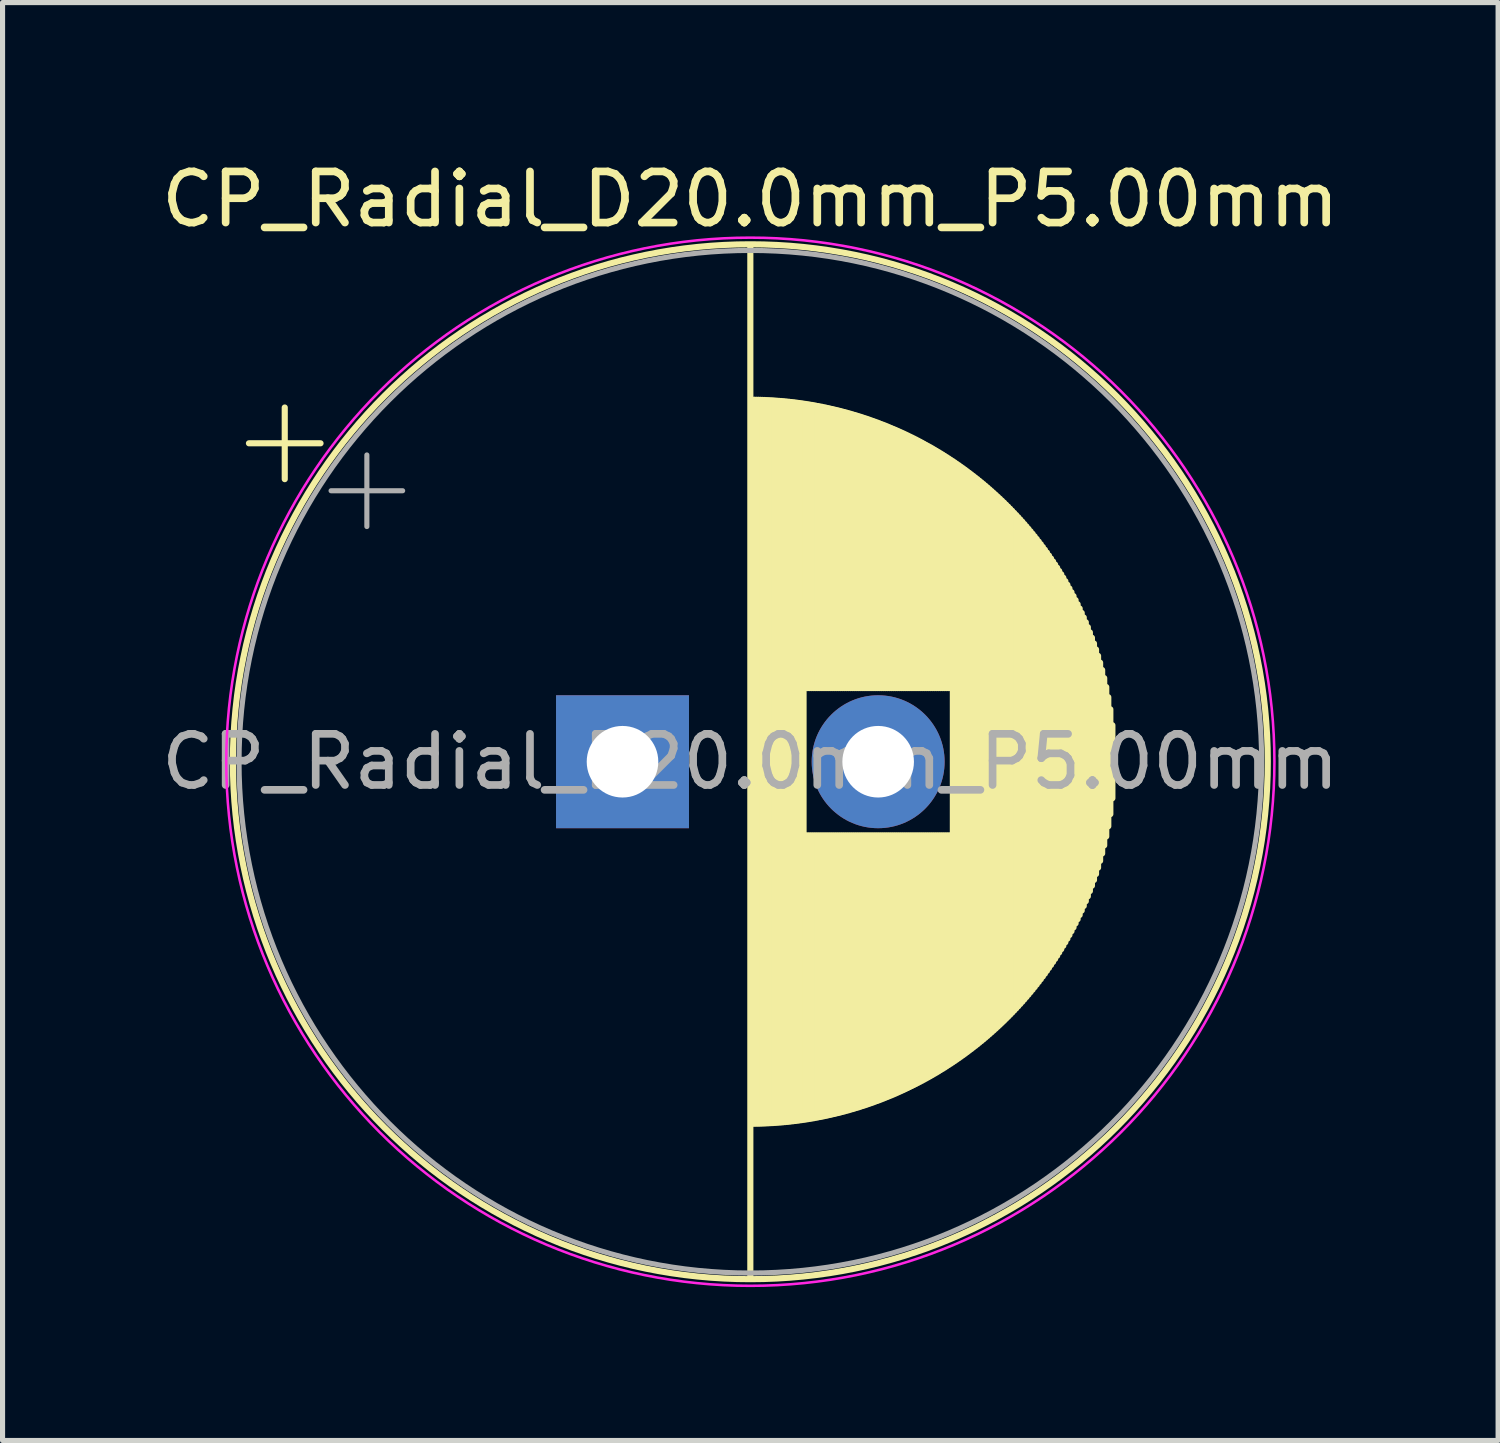
<source format=kicad_pcb>
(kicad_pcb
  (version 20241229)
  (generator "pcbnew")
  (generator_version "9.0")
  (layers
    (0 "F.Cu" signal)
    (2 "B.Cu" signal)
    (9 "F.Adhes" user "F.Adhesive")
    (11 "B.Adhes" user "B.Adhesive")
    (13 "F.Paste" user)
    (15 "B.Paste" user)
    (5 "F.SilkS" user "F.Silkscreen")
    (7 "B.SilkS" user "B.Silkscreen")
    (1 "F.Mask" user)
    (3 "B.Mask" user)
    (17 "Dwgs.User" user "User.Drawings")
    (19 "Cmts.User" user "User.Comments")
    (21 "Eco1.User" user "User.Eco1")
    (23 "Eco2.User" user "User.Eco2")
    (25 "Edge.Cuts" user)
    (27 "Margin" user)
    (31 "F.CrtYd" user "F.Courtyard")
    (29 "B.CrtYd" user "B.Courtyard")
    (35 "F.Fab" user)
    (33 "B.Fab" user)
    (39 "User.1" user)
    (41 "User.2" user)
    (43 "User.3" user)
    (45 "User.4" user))
  (footprint "CP_Radial_D20.0mm_P5.00mm"
    (layer "F.Cu")
    (at 9.125 11.848)
    (property "Reference" "CP_Radial_D20.0mm_P5.00mm" (at 2.5 -11 0) (layer "F.SilkS") (effects (font (size 1 1) (thickness 0.15))))
    (attr through_hole)
    (fp_line (start -7.306 -6.228) (end -5.906 -6.228) (stroke (width 0.12) (type solid)) (layer "F.SilkS"))
    (fp_line (start -6.606 -6.928) (end -6.606 -5.527) (stroke (width 0.12) (type solid)) (layer "F.SilkS"))
    (fp_line (start 2.5 -10.08) (end 2.5 10.08) (stroke (width 0.12) (type solid)) (layer "F.SilkS"))
    (fp_line (start 2.54 -7.08) (end 2.54 7.08) (stroke (width 0.12) (type solid)) (layer "F.SilkS"))
    (fp_line (start 2.58 -7.08) (end 2.58 7.08) (stroke (width 0.12) (type solid)) (layer "F.SilkS"))
    (fp_line (start 2.62 -7.079) (end 2.62 7.079) (stroke (width 0.12) (type solid)) (layer "F.SilkS"))
    (fp_line (start 2.66 -7.079) (end 2.66 7.079) (stroke (width 0.12) (type solid)) (layer "F.SilkS"))
    (fp_line (start 2.7 -7.078) (end 2.7 7.078) (stroke (width 0.12) (type solid)) (layer "F.SilkS"))
    (fp_line (start 2.74 -7.076) (end 2.74 7.076) (stroke (width 0.12) (type solid)) (layer "F.SilkS"))
    (fp_line (start 2.78 -7.075) (end 2.78 7.075) (stroke (width 0.12) (type solid)) (layer "F.SilkS"))
    (fp_line (start 2.82 -7.073) (end 2.82 7.073) (stroke (width 0.12) (type solid)) (layer "F.SilkS"))
    (fp_line (start 2.86 -7.071) (end 2.86 7.071) (stroke (width 0.12) (type solid)) (layer "F.SilkS"))
    (fp_line (start 2.9 -7.069) (end 2.9 7.069) (stroke (width 0.12) (type solid)) (layer "F.SilkS"))
    (fp_line (start 2.94 -7.067) (end 2.94 7.067) (stroke (width 0.12) (type solid)) (layer "F.SilkS"))
    (fp_line (start 2.98 -7.064) (end 2.98 7.064) (stroke (width 0.12) (type solid)) (layer "F.SilkS"))
    (fp_line (start 3.02 -7.061) (end 3.02 7.061) (stroke (width 0.12) (type solid)) (layer "F.SilkS"))
    (fp_line (start 3.06 -7.058) (end 3.06 7.058) (stroke (width 0.12) (type solid)) (layer "F.SilkS"))
    (fp_line (start 3.1 -7.055) (end 3.1 7.055) (stroke (width 0.12) (type solid)) (layer "F.SilkS"))
    (fp_line (start 3.14 -7.052) (end 3.14 7.052) (stroke (width 0.12) (type solid)) (layer "F.SilkS"))
    (fp_line (start 3.18 -7.048) (end 3.18 7.048) (stroke (width 0.12) (type solid)) (layer "F.SilkS"))
    (fp_line (start 3.221 -7.044) (end 3.221 7.044) (stroke (width 0.12) (type solid)) (layer "F.SilkS"))
    (fp_line (start 3.261 -7.04) (end 3.261 7.04) (stroke (width 0.12) (type solid)) (layer "F.SilkS"))
    (fp_line (start 3.301 -7.035) (end 3.301 7.035) (stroke (width 0.12) (type solid)) (layer "F.SilkS"))
    (fp_line (start 3.341 -7.031) (end 3.341 7.031) (stroke (width 0.12) (type solid)) (layer "F.SilkS"))
    (fp_line (start 3.381 -7.026) (end 3.381 7.026) (stroke (width 0.12) (type solid)) (layer "F.SilkS"))
    (fp_line (start 3.421 -7.021) (end 3.421 7.021) (stroke (width 0.12) (type solid)) (layer "F.SilkS"))
    (fp_line (start 3.461 -7.015) (end 3.461 7.015) (stroke (width 0.12) (type solid)) (layer "F.SilkS"))
    (fp_line (start 3.501 -7.01) (end 3.501 7.01) (stroke (width 0.12) (type solid)) (layer "F.SilkS"))
    (fp_line (start 3.541 -7.004) (end 3.541 7.004) (stroke (width 0.12) (type solid)) (layer "F.SilkS"))
    (fp_line (start 3.581 -6.998) (end 3.581 -1.44) (stroke (width 0.12) (type solid)) (layer "F.SilkS"))
    (fp_line (start 3.581 1.44) (end 3.581 6.998) (stroke (width 0.12) (type solid)) (layer "F.SilkS"))
    (fp_line (start 3.621 -6.992) (end 3.621 -1.44) (stroke (width 0.12) (type solid)) (layer "F.SilkS"))
    (fp_line (start 3.621 1.44) (end 3.621 6.992) (stroke (width 0.12) (type solid)) (layer "F.SilkS"))
    (fp_line (start 3.661 -6.985) (end 3.661 -1.44) (stroke (width 0.12) (type solid)) (layer "F.SilkS"))
    (fp_line (start 3.661 1.44) (end 3.661 6.985) (stroke (width 0.12) (type solid)) (layer "F.SilkS"))
    (fp_line (start 3.701 -6.979) (end 3.701 -1.44) (stroke (width 0.12) (type solid)) (layer "F.SilkS"))
    (fp_line (start 3.701 1.44) (end 3.701 6.979) (stroke (width 0.12) (type solid)) (layer "F.SilkS"))
    (fp_line (start 3.741 -6.972) (end 3.741 -1.44) (stroke (width 0.12) (type solid)) (layer "F.SilkS"))
    (fp_line (start 3.741 1.44) (end 3.741 6.972) (stroke (width 0.12) (type solid)) (layer "F.SilkS"))
    (fp_line (start 3.781 -6.964) (end 3.781 -1.44) (stroke (width 0.12) (type solid)) (layer "F.SilkS"))
    (fp_line (start 3.781 1.44) (end 3.781 6.964) (stroke (width 0.12) (type solid)) (layer "F.SilkS"))
    (fp_line (start 3.821 -6.957) (end 3.821 -1.44) (stroke (width 0.12) (type solid)) (layer "F.SilkS"))
    (fp_line (start 3.821 1.44) (end 3.821 6.957) (stroke (width 0.12) (type solid)) (layer "F.SilkS"))
    (fp_line (start 3.861 -6.949) (end 3.861 -1.44) (stroke (width 0.12) (type solid)) (layer "F.SilkS"))
    (fp_line (start 3.861 1.44) (end 3.861 6.949) (stroke (width 0.12) (type solid)) (layer "F.SilkS"))
    (fp_line (start 3.901 -6.942) (end 3.901 -1.44) (stroke (width 0.12) (type solid)) (layer "F.SilkS"))
    (fp_line (start 3.901 1.44) (end 3.901 6.942) (stroke (width 0.12) (type solid)) (layer "F.SilkS"))
    (fp_line (start 3.941 -6.933) (end 3.941 -1.44) (stroke (width 0.12) (type solid)) (layer "F.SilkS"))
    (fp_line (start 3.941 1.44) (end 3.941 6.933) (stroke (width 0.12) (type solid)) (layer "F.SilkS"))
    (fp_line (start 3.981 -6.925) (end 3.981 -1.44) (stroke (width 0.12) (type solid)) (layer "F.SilkS"))
    (fp_line (start 3.981 1.44) (end 3.981 6.925) (stroke (width 0.12) (type solid)) (layer "F.SilkS"))
    (fp_line (start 4.021 -6.916) (end 4.021 -1.44) (stroke (width 0.12) (type solid)) (layer "F.SilkS"))
    (fp_line (start 4.021 1.44) (end 4.021 6.916) (stroke (width 0.12) (type solid)) (layer "F.SilkS"))
    (fp_line (start 4.061 -6.907) (end 4.061 -1.44) (stroke (width 0.12) (type solid)) (layer "F.SilkS"))
    (fp_line (start 4.061 1.44) (end 4.061 6.907) (stroke (width 0.12) (type solid)) (layer "F.SilkS"))
    (fp_line (start 4.101 -6.898) (end 4.101 -1.44) (stroke (width 0.12) (type solid)) (layer "F.SilkS"))
    (fp_line (start 4.101 1.44) (end 4.101 6.898) (stroke (width 0.12) (type solid)) (layer "F.SilkS"))
    (fp_line (start 4.141 -6.889) (end 4.141 -1.44) (stroke (width 0.12) (type solid)) (layer "F.SilkS"))
    (fp_line (start 4.141 1.44) (end 4.141 6.889) (stroke (width 0.12) (type solid)) (layer "F.SilkS"))
    (fp_line (start 4.181 -6.879) (end 4.181 -1.44) (stroke (width 0.12) (type solid)) (layer "F.SilkS"))
    (fp_line (start 4.181 1.44) (end 4.181 6.879) (stroke (width 0.12) (type solid)) (layer "F.SilkS"))
    (fp_line (start 4.221 -6.87) (end 4.221 -1.44) (stroke (width 0.12) (type solid)) (layer "F.SilkS"))
    (fp_line (start 4.221 1.44) (end 4.221 6.87) (stroke (width 0.12) (type solid)) (layer "F.SilkS"))
    (fp_line (start 4.261 -6.86) (end 4.261 -1.44) (stroke (width 0.12) (type solid)) (layer "F.SilkS"))
    (fp_line (start 4.261 1.44) (end 4.261 6.86) (stroke (width 0.12) (type solid)) (layer "F.SilkS"))
    (fp_line (start 4.301 -6.849) (end 4.301 -1.44) (stroke (width 0.12) (type solid)) (layer "F.SilkS"))
    (fp_line (start 4.301 1.44) (end 4.301 6.849) (stroke (width 0.12) (type solid)) (layer "F.SilkS"))
    (fp_line (start 4.341 -6.839) (end 4.341 -1.44) (stroke (width 0.12) (type solid)) (layer "F.SilkS"))
    (fp_line (start 4.341 1.44) (end 4.341 6.839) (stroke (width 0.12) (type solid)) (layer "F.SilkS"))
    (fp_line (start 4.381 -6.828) (end 4.381 -1.44) (stroke (width 0.12) (type solid)) (layer "F.SilkS"))
    (fp_line (start 4.381 1.44) (end 4.381 6.828) (stroke (width 0.12) (type solid)) (layer "F.SilkS"))
    (fp_line (start 4.421 -6.817) (end 4.421 -1.44) (stroke (width 0.12) (type solid)) (layer "F.SilkS"))
    (fp_line (start 4.421 1.44) (end 4.421 6.817) (stroke (width 0.12) (type solid)) (layer "F.SilkS"))
    (fp_line (start 4.461 -6.805) (end 4.461 -1.44) (stroke (width 0.12) (type solid)) (layer "F.SilkS"))
    (fp_line (start 4.461 1.44) (end 4.461 6.805) (stroke (width 0.12) (type solid)) (layer "F.SilkS"))
    (fp_line (start 4.501 -6.794) (end 4.501 -1.44) (stroke (width 0.12) (type solid)) (layer "F.SilkS"))
    (fp_line (start 4.501 1.44) (end 4.501 6.794) (stroke (width 0.12) (type solid)) (layer "F.SilkS"))
    (fp_line (start 4.541 -6.782) (end 4.541 -1.44) (stroke (width 0.12) (type solid)) (layer "F.SilkS"))
    (fp_line (start 4.541 1.44) (end 4.541 6.782) (stroke (width 0.12) (type solid)) (layer "F.SilkS"))
    (fp_line (start 4.581 -6.77) (end 4.581 -1.44) (stroke (width 0.12) (type solid)) (layer "F.SilkS"))
    (fp_line (start 4.581 1.44) (end 4.581 6.77) (stroke (width 0.12) (type solid)) (layer "F.SilkS"))
    (fp_line (start 4.621 -6.758) (end 4.621 -1.44) (stroke (width 0.12) (type solid)) (layer "F.SilkS"))
    (fp_line (start 4.621 1.44) (end 4.621 6.758) (stroke (width 0.12) (type solid)) (layer "F.SilkS"))
    (fp_line (start 4.661 -6.745) (end 4.661 -1.44) (stroke (width 0.12) (type solid)) (layer "F.SilkS"))
    (fp_line (start 4.661 1.44) (end 4.661 6.745) (stroke (width 0.12) (type solid)) (layer "F.SilkS"))
    (fp_line (start 4.701 -6.732) (end 4.701 -1.44) (stroke (width 0.12) (type solid)) (layer "F.SilkS"))
    (fp_line (start 4.701 1.44) (end 4.701 6.732) (stroke (width 0.12) (type solid)) (layer "F.SilkS"))
    (fp_line (start 4.741 -6.719) (end 4.741 -1.44) (stroke (width 0.12) (type solid)) (layer "F.SilkS"))
    (fp_line (start 4.741 1.44) (end 4.741 6.719) (stroke (width 0.12) (type solid)) (layer "F.SilkS"))
    (fp_line (start 4.781 -6.706) (end 4.781 -1.44) (stroke (width 0.12) (type solid)) (layer "F.SilkS"))
    (fp_line (start 4.781 1.44) (end 4.781 6.706) (stroke (width 0.12) (type solid)) (layer "F.SilkS"))
    (fp_line (start 4.821 -6.692) (end 4.821 -1.44) (stroke (width 0.12) (type solid)) (layer "F.SilkS"))
    (fp_line (start 4.821 1.44) (end 4.821 6.692) (stroke (width 0.12) (type solid)) (layer "F.SilkS"))
    (fp_line (start 4.861 -6.678) (end 4.861 -1.44) (stroke (width 0.12) (type solid)) (layer "F.SilkS"))
    (fp_line (start 4.861 1.44) (end 4.861 6.678) (stroke (width 0.12) (type solid)) (layer "F.SilkS"))
    (fp_line (start 4.901 -6.664) (end 4.901 -1.44) (stroke (width 0.12) (type solid)) (layer "F.SilkS"))
    (fp_line (start 4.901 1.44) (end 4.901 6.664) (stroke (width 0.12) (type solid)) (layer "F.SilkS"))
    (fp_line (start 4.941 -6.649) (end 4.941 -1.44) (stroke (width 0.12) (type solid)) (layer "F.SilkS"))
    (fp_line (start 4.941 1.44) (end 4.941 6.649) (stroke (width 0.12) (type solid)) (layer "F.SilkS"))
    (fp_line (start 4.981 -6.635) (end 4.981 -1.44) (stroke (width 0.12) (type solid)) (layer "F.SilkS"))
    (fp_line (start 4.981 1.44) (end 4.981 6.635) (stroke (width 0.12) (type solid)) (layer "F.SilkS"))
    (fp_line (start 5.021 -6.62) (end 5.021 -1.44) (stroke (width 0.12) (type solid)) (layer "F.SilkS"))
    (fp_line (start 5.021 1.44) (end 5.021 6.62) (stroke (width 0.12) (type solid)) (layer "F.SilkS"))
    (fp_line (start 5.061 -6.604) (end 5.061 -1.44) (stroke (width 0.12) (type solid)) (layer "F.SilkS"))
    (fp_line (start 5.061 1.44) (end 5.061 6.604) (stroke (width 0.12) (type solid)) (layer "F.SilkS"))
    (fp_line (start 5.101 -6.589) (end 5.101 -1.44) (stroke (width 0.12) (type solid)) (layer "F.SilkS"))
    (fp_line (start 5.101 1.44) (end 5.101 6.589) (stroke (width 0.12) (type solid)) (layer "F.SilkS"))
    (fp_line (start 5.141 -6.573) (end 5.141 -1.44) (stroke (width 0.12) (type solid)) (layer "F.SilkS"))
    (fp_line (start 5.141 1.44) (end 5.141 6.573) (stroke (width 0.12) (type solid)) (layer "F.SilkS"))
    (fp_line (start 5.181 -6.557) (end 5.181 -1.44) (stroke (width 0.12) (type solid)) (layer "F.SilkS"))
    (fp_line (start 5.181 1.44) (end 5.181 6.557) (stroke (width 0.12) (type solid)) (layer "F.SilkS"))
    (fp_line (start 5.221 -6.54) (end 5.221 -1.44) (stroke (width 0.12) (type solid)) (layer "F.SilkS"))
    (fp_line (start 5.221 1.44) (end 5.221 6.54) (stroke (width 0.12) (type solid)) (layer "F.SilkS"))
    (fp_line (start 5.261 -6.524) (end 5.261 -1.44) (stroke (width 0.12) (type solid)) (layer "F.SilkS"))
    (fp_line (start 5.261 1.44) (end 5.261 6.524) (stroke (width 0.12) (type solid)) (layer "F.SilkS"))
    (fp_line (start 5.301 -6.507) (end 5.301 -1.44) (stroke (width 0.12) (type solid)) (layer "F.SilkS"))
    (fp_line (start 5.301 1.44) (end 5.301 6.507) (stroke (width 0.12) (type solid)) (layer "F.SilkS"))
    (fp_line (start 5.341 -6.49) (end 5.341 -1.44) (stroke (width 0.12) (type solid)) (layer "F.SilkS"))
    (fp_line (start 5.341 1.44) (end 5.341 6.49) (stroke (width 0.12) (type solid)) (layer "F.SilkS"))
    (fp_line (start 5.381 -6.472) (end 5.381 -1.44) (stroke (width 0.12) (type solid)) (layer "F.SilkS"))
    (fp_line (start 5.381 1.44) (end 5.381 6.472) (stroke (width 0.12) (type solid)) (layer "F.SilkS"))
    (fp_line (start 5.421 -6.454) (end 5.421 -1.44) (stroke (width 0.12) (type solid)) (layer "F.SilkS"))
    (fp_line (start 5.421 1.44) (end 5.421 6.454) (stroke (width 0.12) (type solid)) (layer "F.SilkS"))
    (fp_line (start 5.461 -6.436) (end 5.461 -1.44) (stroke (width 0.12) (type solid)) (layer "F.SilkS"))
    (fp_line (start 5.461 1.44) (end 5.461 6.436) (stroke (width 0.12) (type solid)) (layer "F.SilkS"))
    (fp_line (start 5.501 -6.418) (end 5.501 -1.44) (stroke (width 0.12) (type solid)) (layer "F.SilkS"))
    (fp_line (start 5.501 1.44) (end 5.501 6.418) (stroke (width 0.12) (type solid)) (layer "F.SilkS"))
    (fp_line (start 5.541 -6.399) (end 5.541 -1.44) (stroke (width 0.12) (type solid)) (layer "F.SilkS"))
    (fp_line (start 5.541 1.44) (end 5.541 6.399) (stroke (width 0.12) (type solid)) (layer "F.SilkS"))
    (fp_line (start 5.581 -6.38) (end 5.581 -1.44) (stroke (width 0.12) (type solid)) (layer "F.SilkS"))
    (fp_line (start 5.581 1.44) (end 5.581 6.38) (stroke (width 0.12) (type solid)) (layer "F.SilkS"))
    (fp_line (start 5.621 -6.36) (end 5.621 -1.44) (stroke (width 0.12) (type solid)) (layer "F.SilkS"))
    (fp_line (start 5.621 1.44) (end 5.621 6.36) (stroke (width 0.12) (type solid)) (layer "F.SilkS"))
    (fp_line (start 5.661 -6.341) (end 5.661 -1.44) (stroke (width 0.12) (type solid)) (layer "F.SilkS"))
    (fp_line (start 5.661 1.44) (end 5.661 6.341) (stroke (width 0.12) (type solid)) (layer "F.SilkS"))
    (fp_line (start 5.701 -6.321) (end 5.701 -1.44) (stroke (width 0.12) (type solid)) (layer "F.SilkS"))
    (fp_line (start 5.701 1.44) (end 5.701 6.321) (stroke (width 0.12) (type solid)) (layer "F.SilkS"))
    (fp_line (start 5.741 -6.301) (end 5.741 -1.44) (stroke (width 0.12) (type solid)) (layer "F.SilkS"))
    (fp_line (start 5.741 1.44) (end 5.741 6.301) (stroke (width 0.12) (type solid)) (layer "F.SilkS"))
    (fp_line (start 5.781 -6.28) (end 5.781 -1.44) (stroke (width 0.12) (type solid)) (layer "F.SilkS"))
    (fp_line (start 5.781 1.44) (end 5.781 6.28) (stroke (width 0.12) (type solid)) (layer "F.SilkS"))
    (fp_line (start 5.821 -6.259) (end 5.821 -1.44) (stroke (width 0.12) (type solid)) (layer "F.SilkS"))
    (fp_line (start 5.821 1.44) (end 5.821 6.259) (stroke (width 0.12) (type solid)) (layer "F.SilkS"))
    (fp_line (start 5.861 -6.238) (end 5.861 -1.44) (stroke (width 0.12) (type solid)) (layer "F.SilkS"))
    (fp_line (start 5.861 1.44) (end 5.861 6.238) (stroke (width 0.12) (type solid)) (layer "F.SilkS"))
    (fp_line (start 5.901 -6.216) (end 5.901 -1.44) (stroke (width 0.12) (type solid)) (layer "F.SilkS"))
    (fp_line (start 5.901 1.44) (end 5.901 6.216) (stroke (width 0.12) (type solid)) (layer "F.SilkS"))
    (fp_line (start 5.941 -6.194) (end 5.941 -1.44) (stroke (width 0.12) (type solid)) (layer "F.SilkS"))
    (fp_line (start 5.941 1.44) (end 5.941 6.194) (stroke (width 0.12) (type solid)) (layer "F.SilkS"))
    (fp_line (start 5.981 -6.172) (end 5.981 -1.44) (stroke (width 0.12) (type solid)) (layer "F.SilkS"))
    (fp_line (start 5.981 1.44) (end 5.981 6.172) (stroke (width 0.12) (type solid)) (layer "F.SilkS"))
    (fp_line (start 6.021 -6.15) (end 6.021 -1.44) (stroke (width 0.12) (type solid)) (layer "F.SilkS"))
    (fp_line (start 6.021 1.44) (end 6.021 6.15) (stroke (width 0.12) (type solid)) (layer "F.SilkS"))
    (fp_line (start 6.061 -6.127) (end 6.061 -1.44) (stroke (width 0.12) (type solid)) (layer "F.SilkS"))
    (fp_line (start 6.061 1.44) (end 6.061 6.127) (stroke (width 0.12) (type solid)) (layer "F.SilkS"))
    (fp_line (start 6.101 -6.103) (end 6.101 -1.44) (stroke (width 0.12) (type solid)) (layer "F.SilkS"))
    (fp_line (start 6.101 1.44) (end 6.101 6.103) (stroke (width 0.12) (type solid)) (layer "F.SilkS"))
    (fp_line (start 6.141 -6.08) (end 6.141 -1.44) (stroke (width 0.12) (type solid)) (layer "F.SilkS"))
    (fp_line (start 6.141 1.44) (end 6.141 6.08) (stroke (width 0.12) (type solid)) (layer "F.SilkS"))
    (fp_line (start 6.181 -6.056) (end 6.181 -1.44) (stroke (width 0.12) (type solid)) (layer "F.SilkS"))
    (fp_line (start 6.181 1.44) (end 6.181 6.056) (stroke (width 0.12) (type solid)) (layer "F.SilkS"))
    (fp_line (start 6.221 -6.031) (end 6.221 -1.44) (stroke (width 0.12) (type solid)) (layer "F.SilkS"))
    (fp_line (start 6.221 1.44) (end 6.221 6.031) (stroke (width 0.12) (type solid)) (layer "F.SilkS"))
    (fp_line (start 6.261 -6.007) (end 6.261 -1.44) (stroke (width 0.12) (type solid)) (layer "F.SilkS"))
    (fp_line (start 6.261 1.44) (end 6.261 6.007) (stroke (width 0.12) (type solid)) (layer "F.SilkS"))
    (fp_line (start 6.301 -5.982) (end 6.301 -1.44) (stroke (width 0.12) (type solid)) (layer "F.SilkS"))
    (fp_line (start 6.301 1.44) (end 6.301 5.982) (stroke (width 0.12) (type solid)) (layer "F.SilkS"))
    (fp_line (start 6.341 -5.956) (end 6.341 -1.44) (stroke (width 0.12) (type solid)) (layer "F.SilkS"))
    (fp_line (start 6.341 1.44) (end 6.341 5.956) (stroke (width 0.12) (type solid)) (layer "F.SilkS"))
    (fp_line (start 6.381 -5.93) (end 6.381 -1.44) (stroke (width 0.12) (type solid)) (layer "F.SilkS"))
    (fp_line (start 6.381 1.44) (end 6.381 5.93) (stroke (width 0.12) (type solid)) (layer "F.SilkS"))
    (fp_line (start 6.421 -5.904) (end 6.421 -1.44) (stroke (width 0.12) (type solid)) (layer "F.SilkS"))
    (fp_line (start 6.421 1.44) (end 6.421 5.904) (stroke (width 0.12) (type solid)) (layer "F.SilkS"))
    (fp_line (start 6.461 -5.878) (end 6.461 5.878) (stroke (width 0.12) (type solid)) (layer "F.SilkS"))
    (fp_line (start 6.501 -5.851) (end 6.501 5.851) (stroke (width 0.12) (type solid)) (layer "F.SilkS"))
    (fp_line (start 6.541 -5.823) (end 6.541 5.823) (stroke (width 0.12) (type solid)) (layer "F.SilkS"))
    (fp_line (start 6.581 -5.796) (end 6.581 5.796) (stroke (width 0.12) (type solid)) (layer "F.SilkS"))
    (fp_line (start 6.621 -5.767) (end 6.621 5.767) (stroke (width 0.12) (type solid)) (layer "F.SilkS"))
    (fp_line (start 6.661 -5.739) (end 6.661 5.739) (stroke (width 0.12) (type solid)) (layer "F.SilkS"))
    (fp_line (start 6.701 -5.71) (end 6.701 5.71) (stroke (width 0.12) (type solid)) (layer "F.SilkS"))
    (fp_line (start 6.741 -5.68) (end 6.741 5.68) (stroke (width 0.12) (type solid)) (layer "F.SilkS"))
    (fp_line (start 6.781 -5.65) (end 6.781 5.65) (stroke (width 0.12) (type solid)) (layer "F.SilkS"))
    (fp_line (start 6.821 -5.62) (end 6.821 5.62) (stroke (width 0.12) (type solid)) (layer "F.SilkS"))
    (fp_line (start 6.861 -5.589) (end 6.861 5.589) (stroke (width 0.12) (type solid)) (layer "F.SilkS"))
    (fp_line (start 6.901 -5.558) (end 6.901 5.558) (stroke (width 0.12) (type solid)) (layer "F.SilkS"))
    (fp_line (start 6.941 -5.527) (end 6.941 5.527) (stroke (width 0.12) (type solid)) (layer "F.SilkS"))
    (fp_line (start 6.981 -5.494) (end 6.981 5.494) (stroke (width 0.12) (type solid)) (layer "F.SilkS"))
    (fp_line (start 7.021 -5.462) (end 7.021 5.462) (stroke (width 0.12) (type solid)) (layer "F.SilkS"))
    (fp_line (start 7.061 -5.429) (end 7.061 5.429) (stroke (width 0.12) (type solid)) (layer "F.SilkS"))
    (fp_line (start 7.101 -5.395) (end 7.101 5.395) (stroke (width 0.12) (type solid)) (layer "F.SilkS"))
    (fp_line (start 7.141 -5.361) (end 7.141 5.361) (stroke (width 0.12) (type solid)) (layer "F.SilkS"))
    (fp_line (start 7.181 -5.326) (end 7.181 5.326) (stroke (width 0.12) (type solid)) (layer "F.SilkS"))
    (fp_line (start 7.221 -5.291) (end 7.221 5.291) (stroke (width 0.12) (type solid)) (layer "F.SilkS"))
    (fp_line (start 7.261 -5.255) (end 7.261 5.255) (stroke (width 0.12) (type solid)) (layer "F.SilkS"))
    (fp_line (start 7.301 -5.219) (end 7.301 5.219) (stroke (width 0.12) (type solid)) (layer "F.SilkS"))
    (fp_line (start 7.341 -5.182) (end 7.341 5.182) (stroke (width 0.12) (type solid)) (layer "F.SilkS"))
    (fp_line (start 7.381 -5.145) (end 7.381 5.145) (stroke (width 0.12) (type solid)) (layer "F.SilkS"))
    (fp_line (start 7.421 -5.107) (end 7.421 5.107) (stroke (width 0.12) (type solid)) (layer "F.SilkS"))
    (fp_line (start 7.461 -5.069) (end 7.461 5.069) (stroke (width 0.12) (type solid)) (layer "F.SilkS"))
    (fp_line (start 7.501 -5.029) (end 7.501 5.029) (stroke (width 0.12) (type solid)) (layer "F.SilkS"))
    (fp_line (start 7.541 -4.99) (end 7.541 4.99) (stroke (width 0.12) (type solid)) (layer "F.SilkS"))
    (fp_line (start 7.581 -4.949) (end 7.581 4.949) (stroke (width 0.12) (type solid)) (layer "F.SilkS"))
    (fp_line (start 7.621 -4.908) (end 7.621 4.908) (stroke (width 0.12) (type solid)) (layer "F.SilkS"))
    (fp_line (start 7.661 -4.866) (end 7.661 4.866) (stroke (width 0.12) (type solid)) (layer "F.SilkS"))
    (fp_line (start 7.701 -4.824) (end 7.701 4.824) (stroke (width 0.12) (type solid)) (layer "F.SilkS"))
    (fp_line (start 7.741 -4.781) (end 7.741 4.781) (stroke (width 0.12) (type solid)) (layer "F.SilkS"))
    (fp_line (start 7.781 -4.737) (end 7.781 4.737) (stroke (width 0.12) (type solid)) (layer "F.SilkS"))
    (fp_line (start 7.821 -4.693) (end 7.821 4.693) (stroke (width 0.12) (type solid)) (layer "F.SilkS"))
    (fp_line (start 7.861 -4.647) (end 7.861 4.647) (stroke (width 0.12) (type solid)) (layer "F.SilkS"))
    (fp_line (start 7.901 -4.601) (end 7.901 4.601) (stroke (width 0.12) (type solid)) (layer "F.SilkS"))
    (fp_line (start 7.941 -4.554) (end 7.941 4.554) (stroke (width 0.12) (type solid)) (layer "F.SilkS"))
    (fp_line (start 7.981 -4.506) (end 7.981 4.506) (stroke (width 0.12) (type solid)) (layer "F.SilkS"))
    (fp_line (start 8.021 -4.458) (end 8.021 4.458) (stroke (width 0.12) (type solid)) (layer "F.SilkS"))
    (fp_line (start 8.061 -4.408) (end 8.061 4.408) (stroke (width 0.12) (type solid)) (layer "F.SilkS"))
    (fp_line (start 8.101 -4.358) (end 8.101 4.358) (stroke (width 0.12) (type solid)) (layer "F.SilkS"))
    (fp_line (start 8.141 -4.306) (end 8.141 4.306) (stroke (width 0.12) (type solid)) (layer "F.SilkS"))
    (fp_line (start 8.181 -4.254) (end 8.181 4.254) (stroke (width 0.12) (type solid)) (layer "F.SilkS"))
    (fp_line (start 8.221 -4.2) (end 8.221 4.2) (stroke (width 0.12) (type solid)) (layer "F.SilkS"))
    (fp_line (start 8.261 -4.146) (end 8.261 4.146) (stroke (width 0.12) (type solid)) (layer "F.SilkS"))
    (fp_line (start 8.301 -4.09) (end 8.301 4.09) (stroke (width 0.12) (type solid)) (layer "F.SilkS"))
    (fp_line (start 8.341 -4.033) (end 8.341 4.033) (stroke (width 0.12) (type solid)) (layer "F.SilkS"))
    (fp_line (start 8.381 -3.975) (end 8.381 3.975) (stroke (width 0.12) (type solid)) (layer "F.SilkS"))
    (fp_line (start 8.421 -3.916) (end 8.421 3.916) (stroke (width 0.12) (type solid)) (layer "F.SilkS"))
    (fp_line (start 8.461 -3.856) (end 8.461 3.856) (stroke (width 0.12) (type solid)) (layer "F.SilkS"))
    (fp_line (start 8.501 -3.794) (end 8.501 3.794) (stroke (width 0.12) (type solid)) (layer "F.SilkS"))
    (fp_line (start 8.541 -3.73) (end 8.541 3.73) (stroke (width 0.12) (type solid)) (layer "F.SilkS"))
    (fp_line (start 8.581 -3.666) (end 8.581 3.666) (stroke (width 0.12) (type solid)) (layer "F.SilkS"))
    (fp_line (start 8.621 -3.599) (end 8.621 3.599) (stroke (width 0.12) (type solid)) (layer "F.SilkS"))
    (fp_line (start 8.661 -3.531) (end 8.661 3.531) (stroke (width 0.12) (type solid)) (layer "F.SilkS"))
    (fp_line (start 8.701 -3.461) (end 8.701 3.461) (stroke (width 0.12) (type solid)) (layer "F.SilkS"))
    (fp_line (start 8.741 -3.389) (end 8.741 3.389) (stroke (width 0.12) (type solid)) (layer "F.SilkS"))
    (fp_line (start 8.781 -3.315) (end 8.781 3.315) (stroke (width 0.12) (type solid)) (layer "F.SilkS"))
    (fp_line (start 8.821 -3.24) (end 8.821 3.24) (stroke (width 0.12) (type solid)) (layer "F.SilkS"))
    (fp_line (start 8.861 -3.161) (end 8.861 3.161) (stroke (width 0.12) (type solid)) (layer "F.SilkS"))
    (fp_line (start 8.901 -3.08) (end 8.901 3.08) (stroke (width 0.12) (type solid)) (layer "F.SilkS"))
    (fp_line (start 8.941 -2.997) (end 8.941 2.997) (stroke (width 0.12) (type solid)) (layer "F.SilkS"))
    (fp_line (start 8.981 -2.911) (end 8.981 2.911) (stroke (width 0.12) (type solid)) (layer "F.SilkS"))
    (fp_line (start 9.021 -2.821) (end 9.021 2.821) (stroke (width 0.12) (type solid)) (layer "F.SilkS"))
    (fp_line (start 9.061 -2.728) (end 9.061 2.728) (stroke (width 0.12) (type solid)) (layer "F.SilkS"))
    (fp_line (start 9.101 -2.632) (end 9.101 2.632) (stroke (width 0.12) (type solid)) (layer "F.SilkS"))
    (fp_line (start 9.141 -2.53) (end 9.141 2.53) (stroke (width 0.12) (type solid)) (layer "F.SilkS"))
    (fp_line (start 9.181 -2.425) (end 9.181 2.425) (stroke (width 0.12) (type solid)) (layer "F.SilkS"))
    (fp_line (start 9.221 -2.313) (end 9.221 2.313) (stroke (width 0.12) (type solid)) (layer "F.SilkS"))
    (fp_line (start 9.261 -2.196) (end 9.261 2.196) (stroke (width 0.12) (type solid)) (layer "F.SilkS"))
    (fp_line (start 9.301 -2.071) (end 9.301 2.071) (stroke (width 0.12) (type solid)) (layer "F.SilkS"))
    (fp_line (start 9.341 -1.938) (end 9.341 1.938) (stroke (width 0.12) (type solid)) (layer "F.SilkS"))
    (fp_line (start 9.381 -1.794) (end 9.381 1.794) (stroke (width 0.12) (type solid)) (layer "F.SilkS"))
    (fp_line (start 9.421 -1.636) (end 9.421 1.636) (stroke (width 0.12) (type solid)) (layer "F.SilkS"))
    (fp_line (start 9.461 -1.461) (end 9.461 1.461) (stroke (width 0.12) (type solid)) (layer "F.SilkS"))
    (fp_line (start 9.501 -1.262) (end 9.501 1.262) (stroke (width 0.12) (type solid)) (layer "F.SilkS"))
    (fp_line (start 9.541 -1.025) (end 9.541 1.025) (stroke (width 0.12) (type solid)) (layer "F.SilkS"))
    (fp_line (start 9.581 -0.714) (end 9.581 0.714) (stroke (width 0.12) (type solid)) (layer "F.SilkS"))
    (fp_circle (center 2.5 0) (end 12.62 0) (stroke (width 0.12) (type solid)) (fill no) (layer "F.SilkS"))
    (fp_circle (center 2.5 0) (end 12.75 0) (stroke (width 0.05) (type solid)) (fill no) (layer "F.CrtYd"))
    (fp_line (start -5.7 -5.3) (end -4.3 -5.3) (stroke (width 0.1) (type solid)) (layer "F.Fab"))
    (fp_line (start -5 -6) (end -5 -4.6) (stroke (width 0.1) (type solid)) (layer "F.Fab"))
    (fp_circle (center 2.5 0) (end 12.5 0) (stroke (width 0.1) (type solid)) (fill no) (layer "F.Fab"))
    (fp_text user "${REFERENCE}" (at 2.5 0 0) (layer "F.Fab") (effects (font (size 1 1) (thickness 0.15))))
    (pad "1" thru_hole rect (at 0 0) (size 2.6 2.6) (drill 1.4) (layers "*.Cu" "*.Mask"))
    (pad "2" thru_hole circle (at 5 0) (size 2.6 2.6) (drill 1.4) (layers "*.Cu" "*.Mask")))
  (gr_rect
    (start -3 -3)
    (end 26.25 25.123)
    (stroke (width 0.1) (type default))
    (fill no)
    (layer "Edge.Cuts")))
</source>
